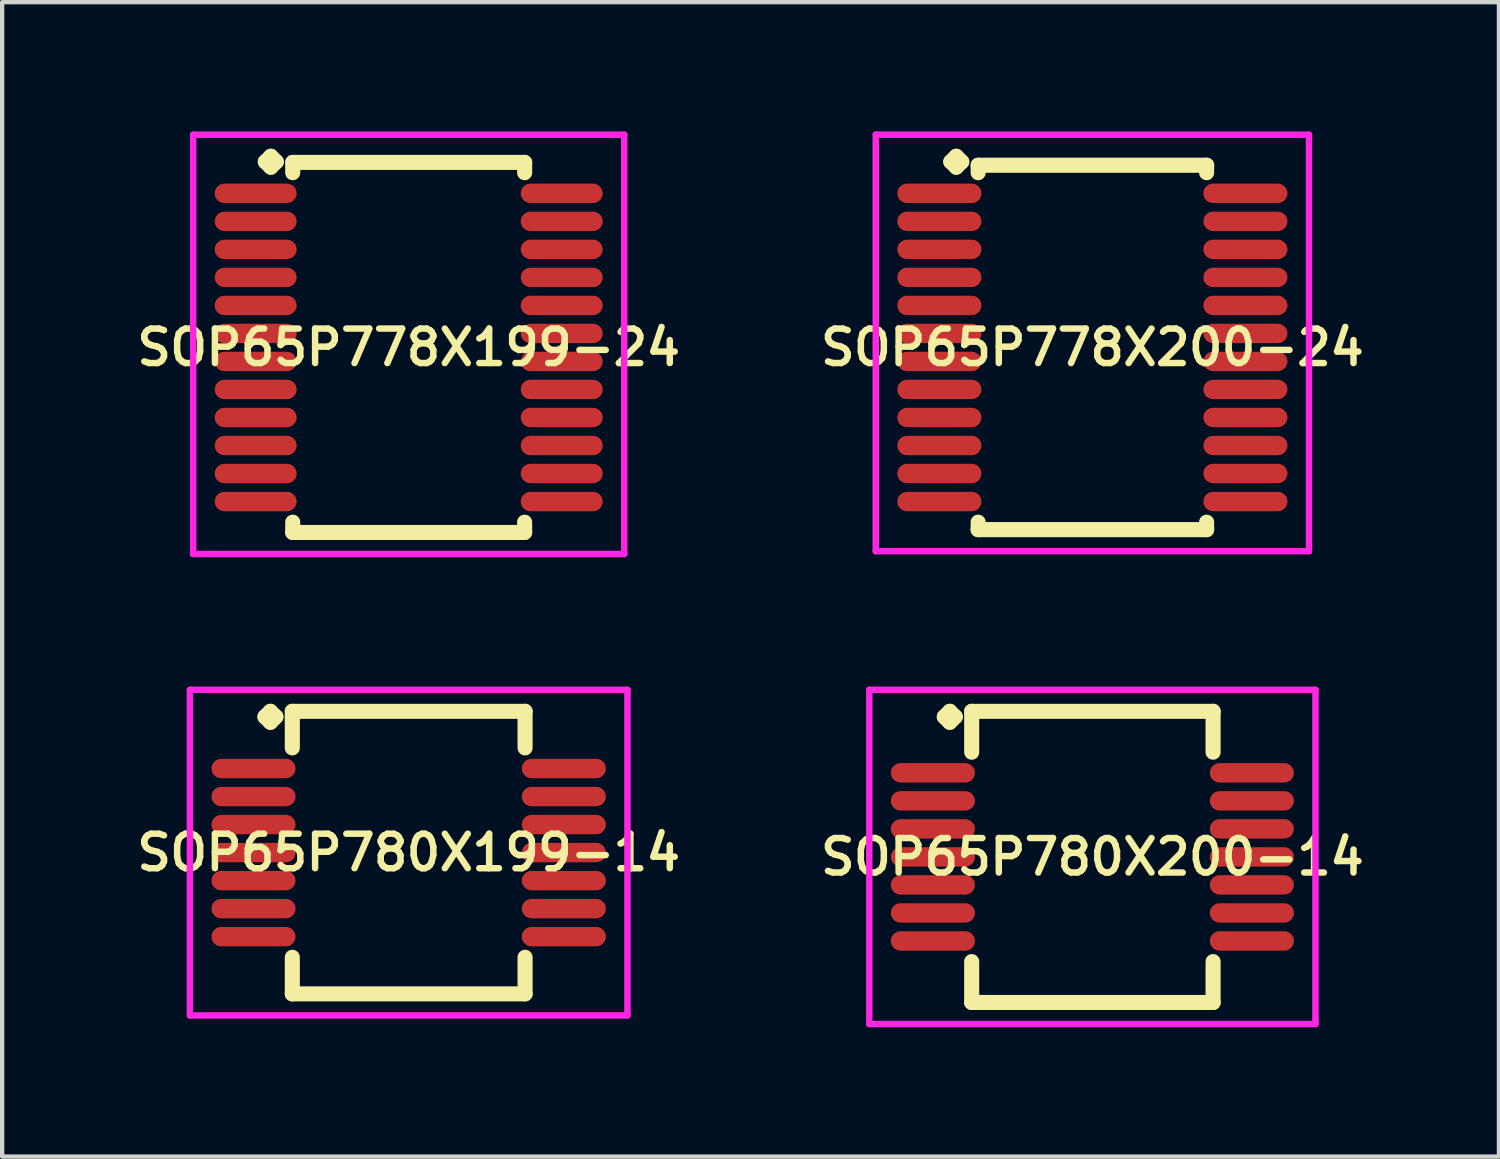
<source format=kicad_pcb>
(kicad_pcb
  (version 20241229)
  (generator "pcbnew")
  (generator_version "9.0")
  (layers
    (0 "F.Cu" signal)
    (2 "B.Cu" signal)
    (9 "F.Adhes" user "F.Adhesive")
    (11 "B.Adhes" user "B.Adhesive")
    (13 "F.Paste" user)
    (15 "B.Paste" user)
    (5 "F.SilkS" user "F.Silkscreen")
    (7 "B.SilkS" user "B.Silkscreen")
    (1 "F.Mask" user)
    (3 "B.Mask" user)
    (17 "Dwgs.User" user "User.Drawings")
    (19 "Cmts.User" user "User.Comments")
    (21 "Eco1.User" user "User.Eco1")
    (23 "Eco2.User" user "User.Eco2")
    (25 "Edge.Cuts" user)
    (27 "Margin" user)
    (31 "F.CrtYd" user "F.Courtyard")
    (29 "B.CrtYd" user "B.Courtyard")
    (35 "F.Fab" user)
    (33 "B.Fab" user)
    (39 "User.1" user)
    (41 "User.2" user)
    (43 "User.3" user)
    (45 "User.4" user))
  (footprint "SOP65P778X200-24"
    (layer "F.Cu")
    (at 22.292 5.01)
    (property "Reference" "SOP65P778X200-24" (at 0 0 0) (layer "F.SilkS") (effects (font (size 0.8 0.8) (thickness 0.15))))
    (attr smd)
    (fp_line (start -3.285 -4.308) (end -3.158 -4.435) (stroke (width 0.35) (type solid)) (layer "F.SilkS"))
    (fp_line (start -3.158 -4.435) (end -3.031 -4.308) (stroke (width 0.35) (type solid)) (layer "F.SilkS"))
    (fp_line (start -3.158 -4.181) (end -3.285 -4.308) (stroke (width 0.35) (type solid)) (layer "F.SilkS"))
    (fp_line (start -3.031 -4.308) (end -3.158 -4.181) (stroke (width 0.35) (type solid)) (layer "F.SilkS"))
    (fp_line (start -2.65 -4.227) (end 2.65 -4.227) (stroke (width 0.35) (type solid)) (layer "F.SilkS"))
    (fp_line (start -2.65 -4.054) (end -2.65 -4.227) (stroke (width 0.35) (type solid)) (layer "F.SilkS"))
    (fp_line (start -2.65 4.054) (end -2.65 4.227) (stroke (width 0.35) (type solid)) (layer "F.SilkS"))
    (fp_line (start -2.65 4.227) (end 2.65 4.227) (stroke (width 0.35) (type solid)) (layer "F.SilkS"))
    (fp_line (start 2.65 -4.227) (end 2.65 -4.054) (stroke (width 0.35) (type solid)) (layer "F.SilkS"))
    (fp_line (start 2.65 4.227) (end 2.65 4.054) (stroke (width 0.35) (type solid)) (layer "F.SilkS"))
    (fp_line (start -5.025 -4.935) (end 5.025 -4.935) (stroke (width 0.15) (type solid)) (layer "F.CrtYd"))
    (fp_line (start -5.025 4.727) (end -5.025 -4.935) (stroke (width 0.15) (type solid)) (layer "F.CrtYd"))
    (fp_line (start 5.025 -4.935) (end 5.025 4.727) (stroke (width 0.15) (type solid)) (layer "F.CrtYd"))
    (fp_line (start 5.025 4.727) (end -5.025 4.727) (stroke (width 0.15) (type solid)) (layer "F.CrtYd"))
    (pad "1" smd oval (at -3.55 -3.575) (size 1.95 0.45) (layers "F.Cu" "F.Mask" "F.Paste"))
    (pad "2" smd oval (at -3.55 -2.925) (size 1.95 0.45) (layers "F.Cu" "F.Mask" "F.Paste"))
    (pad "3" smd oval (at -3.55 -2.275) (size 1.95 0.45) (layers "F.Cu" "F.Mask" "F.Paste"))
    (pad "4" smd oval (at -3.55 -1.625) (size 1.95 0.45) (layers "F.Cu" "F.Mask" "F.Paste"))
    (pad "5" smd oval (at -3.55 -0.975) (size 1.95 0.45) (layers "F.Cu" "F.Mask" "F.Paste"))
    (pad "6" smd oval (at -3.55 -0.325) (size 1.95 0.45) (layers "F.Cu" "F.Mask" "F.Paste"))
    (pad "7" smd oval (at -3.55 0.325) (size 1.95 0.45) (layers "F.Cu" "F.Mask" "F.Paste"))
    (pad "8" smd oval (at -3.55 0.975) (size 1.95 0.45) (layers "F.Cu" "F.Mask" "F.Paste"))
    (pad "9" smd oval (at -3.55 1.625) (size 1.95 0.45) (layers "F.Cu" "F.Mask" "F.Paste"))
    (pad "10" smd oval (at -3.55 2.275) (size 1.95 0.45) (layers "F.Cu" "F.Mask" "F.Paste"))
    (pad "11" smd oval (at -3.55 2.925) (size 1.95 0.45) (layers "F.Cu" "F.Mask" "F.Paste"))
    (pad "12" smd oval (at -3.55 3.575) (size 1.95 0.45) (layers "F.Cu" "F.Mask" "F.Paste"))
    (pad "13" smd oval (at 3.55 3.575) (size 1.95 0.45) (layers "F.Cu" "F.Mask" "F.Paste"))
    (pad "14" smd oval (at 3.55 2.925) (size 1.95 0.45) (layers "F.Cu" "F.Mask" "F.Paste"))
    (pad "15" smd oval (at 3.55 2.275) (size 1.95 0.45) (layers "F.Cu" "F.Mask" "F.Paste"))
    (pad "16" smd oval (at 3.55 1.625) (size 1.95 0.45) (layers "F.Cu" "F.Mask" "F.Paste"))
    (pad "17" smd oval (at 3.55 0.975) (size 1.95 0.45) (layers "F.Cu" "F.Mask" "F.Paste"))
    (pad "18" smd oval (at 3.55 0.325) (size 1.95 0.45) (layers "F.Cu" "F.Mask" "F.Paste"))
    (pad "19" smd oval (at 3.55 -0.325) (size 1.95 0.45) (layers "F.Cu" "F.Mask" "F.Paste"))
    (pad "20" smd oval (at 3.55 -0.975) (size 1.95 0.45) (layers "F.Cu" "F.Mask" "F.Paste"))
    (pad "21" smd oval (at 3.55 -1.625) (size 1.95 0.45) (layers "F.Cu" "F.Mask" "F.Paste"))
    (pad "22" smd oval (at 3.55 -2.275) (size 1.95 0.45) (layers "F.Cu" "F.Mask" "F.Paste"))
    (pad "23" smd oval (at 3.55 -2.925) (size 1.95 0.45) (layers "F.Cu" "F.Mask" "F.Paste"))
    (pad "24" smd oval (at 3.55 -3.575) (size 1.95 0.45) (layers "F.Cu" "F.Mask" "F.Paste")))
  (footprint "SOP65P780X200-14"
    (layer "F.Cu")
    (at 22.292 16.829)
    (property "Reference" "SOP65P780X200-14" (at 0 0 0) (layer "F.SilkS") (effects (font (size 0.8 0.8) (thickness 0.15))))
    (attr smd)
    (fp_line (start -3.435 -3.25) (end -3.308 -3.377) (stroke (width 0.35) (type solid)) (layer "F.SilkS"))
    (fp_line (start -3.308 -3.377) (end -3.181 -3.25) (stroke (width 0.35) (type solid)) (layer "F.SilkS"))
    (fp_line (start -3.308 -3.123) (end -3.435 -3.25) (stroke (width 0.35) (type solid)) (layer "F.SilkS"))
    (fp_line (start -3.181 -3.25) (end -3.308 -3.123) (stroke (width 0.35) (type solid)) (layer "F.SilkS"))
    (fp_line (start -2.8 -3.377) (end 2.8 -3.377) (stroke (width 0.35) (type solid)) (layer "F.SilkS"))
    (fp_line (start -2.8 -2.429) (end -2.8 -3.377) (stroke (width 0.35) (type solid)) (layer "F.SilkS"))
    (fp_line (start -2.8 2.429) (end -2.8 3.377) (stroke (width 0.35) (type solid)) (layer "F.SilkS"))
    (fp_line (start -2.8 3.377) (end 2.8 3.377) (stroke (width 0.35) (type solid)) (layer "F.SilkS"))
    (fp_line (start 2.8 -3.377) (end 2.8 -2.429) (stroke (width 0.35) (type solid)) (layer "F.SilkS"))
    (fp_line (start 2.8 3.377) (end 2.8 2.429) (stroke (width 0.35) (type solid)) (layer "F.SilkS"))
    (fp_line (start -5.175 -3.877) (end 5.175 -3.877) (stroke (width 0.15) (type solid)) (layer "F.CrtYd"))
    (fp_line (start -5.175 3.877) (end -5.175 -3.877) (stroke (width 0.15) (type solid)) (layer "F.CrtYd"))
    (fp_line (start 5.175 -3.877) (end 5.175 3.877) (stroke (width 0.15) (type solid)) (layer "F.CrtYd"))
    (fp_line (start 5.175 3.877) (end -5.175 3.877) (stroke (width 0.15) (type solid)) (layer "F.CrtYd"))
    (pad "1" smd oval (at -3.7 -1.95) (size 1.95 0.45) (layers "F.Cu" "F.Mask" "F.Paste"))
    (pad "2" smd oval (at -3.7 -1.3) (size 1.95 0.45) (layers "F.Cu" "F.Mask" "F.Paste"))
    (pad "3" smd oval (at -3.7 -0.65) (size 1.95 0.45) (layers "F.Cu" "F.Mask" "F.Paste"))
    (pad "4" smd oval (at -3.7 0) (size 1.95 0.45) (layers "F.Cu" "F.Mask" "F.Paste"))
    (pad "5" smd oval (at -3.7 0.65) (size 1.95 0.45) (layers "F.Cu" "F.Mask" "F.Paste"))
    (pad "6" smd oval (at -3.7 1.3) (size 1.95 0.45) (layers "F.Cu" "F.Mask" "F.Paste"))
    (pad "7" smd oval (at -3.7 1.95) (size 1.95 0.45) (layers "F.Cu" "F.Mask" "F.Paste"))
    (pad "8" smd oval (at 3.7 1.95) (size 1.95 0.45) (layers "F.Cu" "F.Mask" "F.Paste"))
    (pad "9" smd oval (at 3.7 1.3) (size 1.95 0.45) (layers "F.Cu" "F.Mask" "F.Paste"))
    (pad "10" smd oval (at 3.7 0.65) (size 1.95 0.45) (layers "F.Cu" "F.Mask" "F.Paste"))
    (pad "11" smd oval (at 3.7 0) (size 1.95 0.45) (layers "F.Cu" "F.Mask" "F.Paste"))
    (pad "12" smd oval (at 3.7 -0.65) (size 1.95 0.45) (layers "F.Cu" "F.Mask" "F.Paste"))
    (pad "13" smd oval (at 3.7 -1.3) (size 1.95 0.45) (layers "F.Cu" "F.Mask" "F.Paste"))
    (pad "14" smd oval (at 3.7 -1.95) (size 1.95 0.45) (layers "F.Cu" "F.Mask" "F.Paste")))
  (footprint "SOP65P778X199-24"
    (layer "F.Cu")
    (at 6.431 5.01)
    (property "Reference" "SOP65P778X199-24" (at 0 0 0) (layer "F.SilkS") (effects (font (size 0.8 0.8) (thickness 0.15))))
    (attr smd)
    (fp_line (start -3.325 -4.308) (end -3.198 -4.435) (stroke (width 0.35) (type solid)) (layer "F.SilkS"))
    (fp_line (start -3.198 -4.435) (end -3.071 -4.308) (stroke (width 0.35) (type solid)) (layer "F.SilkS"))
    (fp_line (start -3.198 -4.181) (end -3.325 -4.308) (stroke (width 0.35) (type solid)) (layer "F.SilkS"))
    (fp_line (start -3.071 -4.308) (end -3.198 -4.181) (stroke (width 0.35) (type solid)) (layer "F.SilkS"))
    (fp_line (start -2.69 -4.292) (end 2.69 -4.292) (stroke (width 0.35) (type solid)) (layer "F.SilkS"))
    (fp_line (start -2.69 -4.054) (end -2.69 -4.292) (stroke (width 0.35) (type solid)) (layer "F.SilkS"))
    (fp_line (start -2.69 4.054) (end -2.69 4.292) (stroke (width 0.35) (type solid)) (layer "F.SilkS"))
    (fp_line (start -2.69 4.292) (end 2.69 4.292) (stroke (width 0.35) (type solid)) (layer "F.SilkS"))
    (fp_line (start 2.69 -4.292) (end 2.69 -4.054) (stroke (width 0.35) (type solid)) (layer "F.SilkS"))
    (fp_line (start 2.69 4.292) (end 2.69 4.054) (stroke (width 0.35) (type solid)) (layer "F.SilkS"))
    (fp_line (start -5 -4.935) (end 5 -4.935) (stroke (width 0.15) (type solid)) (layer "F.CrtYd"))
    (fp_line (start -5 4.792) (end -5 -4.935) (stroke (width 0.15) (type solid)) (layer "F.CrtYd"))
    (fp_line (start 5 -4.935) (end 5 4.792) (stroke (width 0.15) (type solid)) (layer "F.CrtYd"))
    (fp_line (start 5 4.792) (end -5 4.792) (stroke (width 0.15) (type solid)) (layer "F.CrtYd"))
    (pad "1" smd oval (at -3.55 -3.575) (size 1.9 0.45) (layers "F.Cu" "F.Mask" "F.Paste"))
    (pad "2" smd oval (at -3.55 -2.925) (size 1.9 0.45) (layers "F.Cu" "F.Mask" "F.Paste"))
    (pad "3" smd oval (at -3.55 -2.275) (size 1.9 0.45) (layers "F.Cu" "F.Mask" "F.Paste"))
    (pad "4" smd oval (at -3.55 -1.625) (size 1.9 0.45) (layers "F.Cu" "F.Mask" "F.Paste"))
    (pad "5" smd oval (at -3.55 -0.975) (size 1.9 0.45) (layers "F.Cu" "F.Mask" "F.Paste"))
    (pad "6" smd oval (at -3.55 -0.325) (size 1.9 0.45) (layers "F.Cu" "F.Mask" "F.Paste"))
    (pad "7" smd oval (at -3.55 0.325) (size 1.9 0.45) (layers "F.Cu" "F.Mask" "F.Paste"))
    (pad "8" smd oval (at -3.55 0.975) (size 1.9 0.45) (layers "F.Cu" "F.Mask" "F.Paste"))
    (pad "9" smd oval (at -3.55 1.625) (size 1.9 0.45) (layers "F.Cu" "F.Mask" "F.Paste"))
    (pad "10" smd oval (at -3.55 2.275) (size 1.9 0.45) (layers "F.Cu" "F.Mask" "F.Paste"))
    (pad "11" smd oval (at -3.55 2.925) (size 1.9 0.45) (layers "F.Cu" "F.Mask" "F.Paste"))
    (pad "12" smd oval (at -3.55 3.575) (size 1.9 0.45) (layers "F.Cu" "F.Mask" "F.Paste"))
    (pad "13" smd oval (at 3.55 3.575) (size 1.9 0.45) (layers "F.Cu" "F.Mask" "F.Paste"))
    (pad "14" smd oval (at 3.55 2.925) (size 1.9 0.45) (layers "F.Cu" "F.Mask" "F.Paste"))
    (pad "15" smd oval (at 3.55 2.275) (size 1.9 0.45) (layers "F.Cu" "F.Mask" "F.Paste"))
    (pad "16" smd oval (at 3.55 1.625) (size 1.9 0.45) (layers "F.Cu" "F.Mask" "F.Paste"))
    (pad "17" smd oval (at 3.55 0.975) (size 1.9 0.45) (layers "F.Cu" "F.Mask" "F.Paste"))
    (pad "18" smd oval (at 3.55 0.325) (size 1.9 0.45) (layers "F.Cu" "F.Mask" "F.Paste"))
    (pad "19" smd oval (at 3.55 -0.325) (size 1.9 0.45) (layers "F.Cu" "F.Mask" "F.Paste"))
    (pad "20" smd oval (at 3.55 -0.975) (size 1.9 0.45) (layers "F.Cu" "F.Mask" "F.Paste"))
    (pad "21" smd oval (at 3.55 -1.625) (size 1.9 0.45) (layers "F.Cu" "F.Mask" "F.Paste"))
    (pad "22" smd oval (at 3.55 -2.275) (size 1.9 0.45) (layers "F.Cu" "F.Mask" "F.Paste"))
    (pad "23" smd oval (at 3.55 -2.925) (size 1.9 0.45) (layers "F.Cu" "F.Mask" "F.Paste"))
    (pad "24" smd oval (at 3.55 -3.575) (size 1.9 0.45) (layers "F.Cu" "F.Mask" "F.Paste")))
  (footprint "SOP65P780X199-14"
    (layer "F.Cu")
    (at 6.431 16.729)
    (property "Reference" "SOP65P780X199-14" (at 0 0 0) (layer "F.SilkS") (effects (font (size 0.8 0.8) (thickness 0.15))))
    (attr smd)
    (fp_line (start -3.335 -3.15) (end -3.208 -3.277) (stroke (width 0.35) (type solid)) (layer "F.SilkS"))
    (fp_line (start -3.208 -3.277) (end -3.081 -3.15) (stroke (width 0.35) (type solid)) (layer "F.SilkS"))
    (fp_line (start -3.208 -3.023) (end -3.335 -3.15) (stroke (width 0.35) (type solid)) (layer "F.SilkS"))
    (fp_line (start -3.081 -3.15) (end -3.208 -3.023) (stroke (width 0.35) (type solid)) (layer "F.SilkS"))
    (fp_line (start -2.7 -3.277) (end 2.7 -3.277) (stroke (width 0.35) (type solid)) (layer "F.SilkS"))
    (fp_line (start -2.7 -2.429) (end -2.7 -3.277) (stroke (width 0.35) (type solid)) (layer "F.SilkS"))
    (fp_line (start -2.7 2.429) (end -2.7 3.277) (stroke (width 0.35) (type solid)) (layer "F.SilkS"))
    (fp_line (start -2.7 3.277) (end 2.7 3.277) (stroke (width 0.35) (type solid)) (layer "F.SilkS"))
    (fp_line (start 2.7 -3.277) (end 2.7 -2.429) (stroke (width 0.35) (type solid)) (layer "F.SilkS"))
    (fp_line (start 2.7 3.277) (end 2.7 2.429) (stroke (width 0.35) (type solid)) (layer "F.SilkS"))
    (fp_line (start -5.075 -3.777) (end 5.075 -3.777) (stroke (width 0.15) (type solid)) (layer "F.CrtYd"))
    (fp_line (start -5.075 3.777) (end -5.075 -3.777) (stroke (width 0.15) (type solid)) (layer "F.CrtYd"))
    (fp_line (start 5.075 -3.777) (end 5.075 3.777) (stroke (width 0.15) (type solid)) (layer "F.CrtYd"))
    (fp_line (start 5.075 3.777) (end -5.075 3.777) (stroke (width 0.15) (type solid)) (layer "F.CrtYd"))
    (pad "1" smd oval (at -3.6 -1.95) (size 1.95 0.45) (layers "F.Cu" "F.Mask" "F.Paste"))
    (pad "2" smd oval (at -3.6 -1.3) (size 1.95 0.45) (layers "F.Cu" "F.Mask" "F.Paste"))
    (pad "3" smd oval (at -3.6 -0.65) (size 1.95 0.45) (layers "F.Cu" "F.Mask" "F.Paste"))
    (pad "4" smd oval (at -3.6 0) (size 1.95 0.45) (layers "F.Cu" "F.Mask" "F.Paste"))
    (pad "5" smd oval (at -3.6 0.65) (size 1.95 0.45) (layers "F.Cu" "F.Mask" "F.Paste"))
    (pad "6" smd oval (at -3.6 1.3) (size 1.95 0.45) (layers "F.Cu" "F.Mask" "F.Paste"))
    (pad "7" smd oval (at -3.6 1.95) (size 1.95 0.45) (layers "F.Cu" "F.Mask" "F.Paste"))
    (pad "8" smd oval (at 3.6 1.95) (size 1.95 0.45) (layers "F.Cu" "F.Mask" "F.Paste"))
    (pad "9" smd oval (at 3.6 1.3) (size 1.95 0.45) (layers "F.Cu" "F.Mask" "F.Paste"))
    (pad "10" smd oval (at 3.6 0.65) (size 1.95 0.45) (layers "F.Cu" "F.Mask" "F.Paste"))
    (pad "11" smd oval (at 3.6 0) (size 1.95 0.45) (layers "F.Cu" "F.Mask" "F.Paste"))
    (pad "12" smd oval (at 3.6 -0.65) (size 1.95 0.45) (layers "F.Cu" "F.Mask" "F.Paste"))
    (pad "13" smd oval (at 3.6 -1.3) (size 1.95 0.45) (layers "F.Cu" "F.Mask" "F.Paste"))
    (pad "14" smd oval (at 3.6 -1.95) (size 1.95 0.45) (layers "F.Cu" "F.Mask" "F.Paste")))
  (gr_rect
    (start -3 -3)
    (end 31.723 23.781)
    (stroke (width 0.1) (type default))
    (fill no)
    (layer "Edge.Cuts")))
</source>
